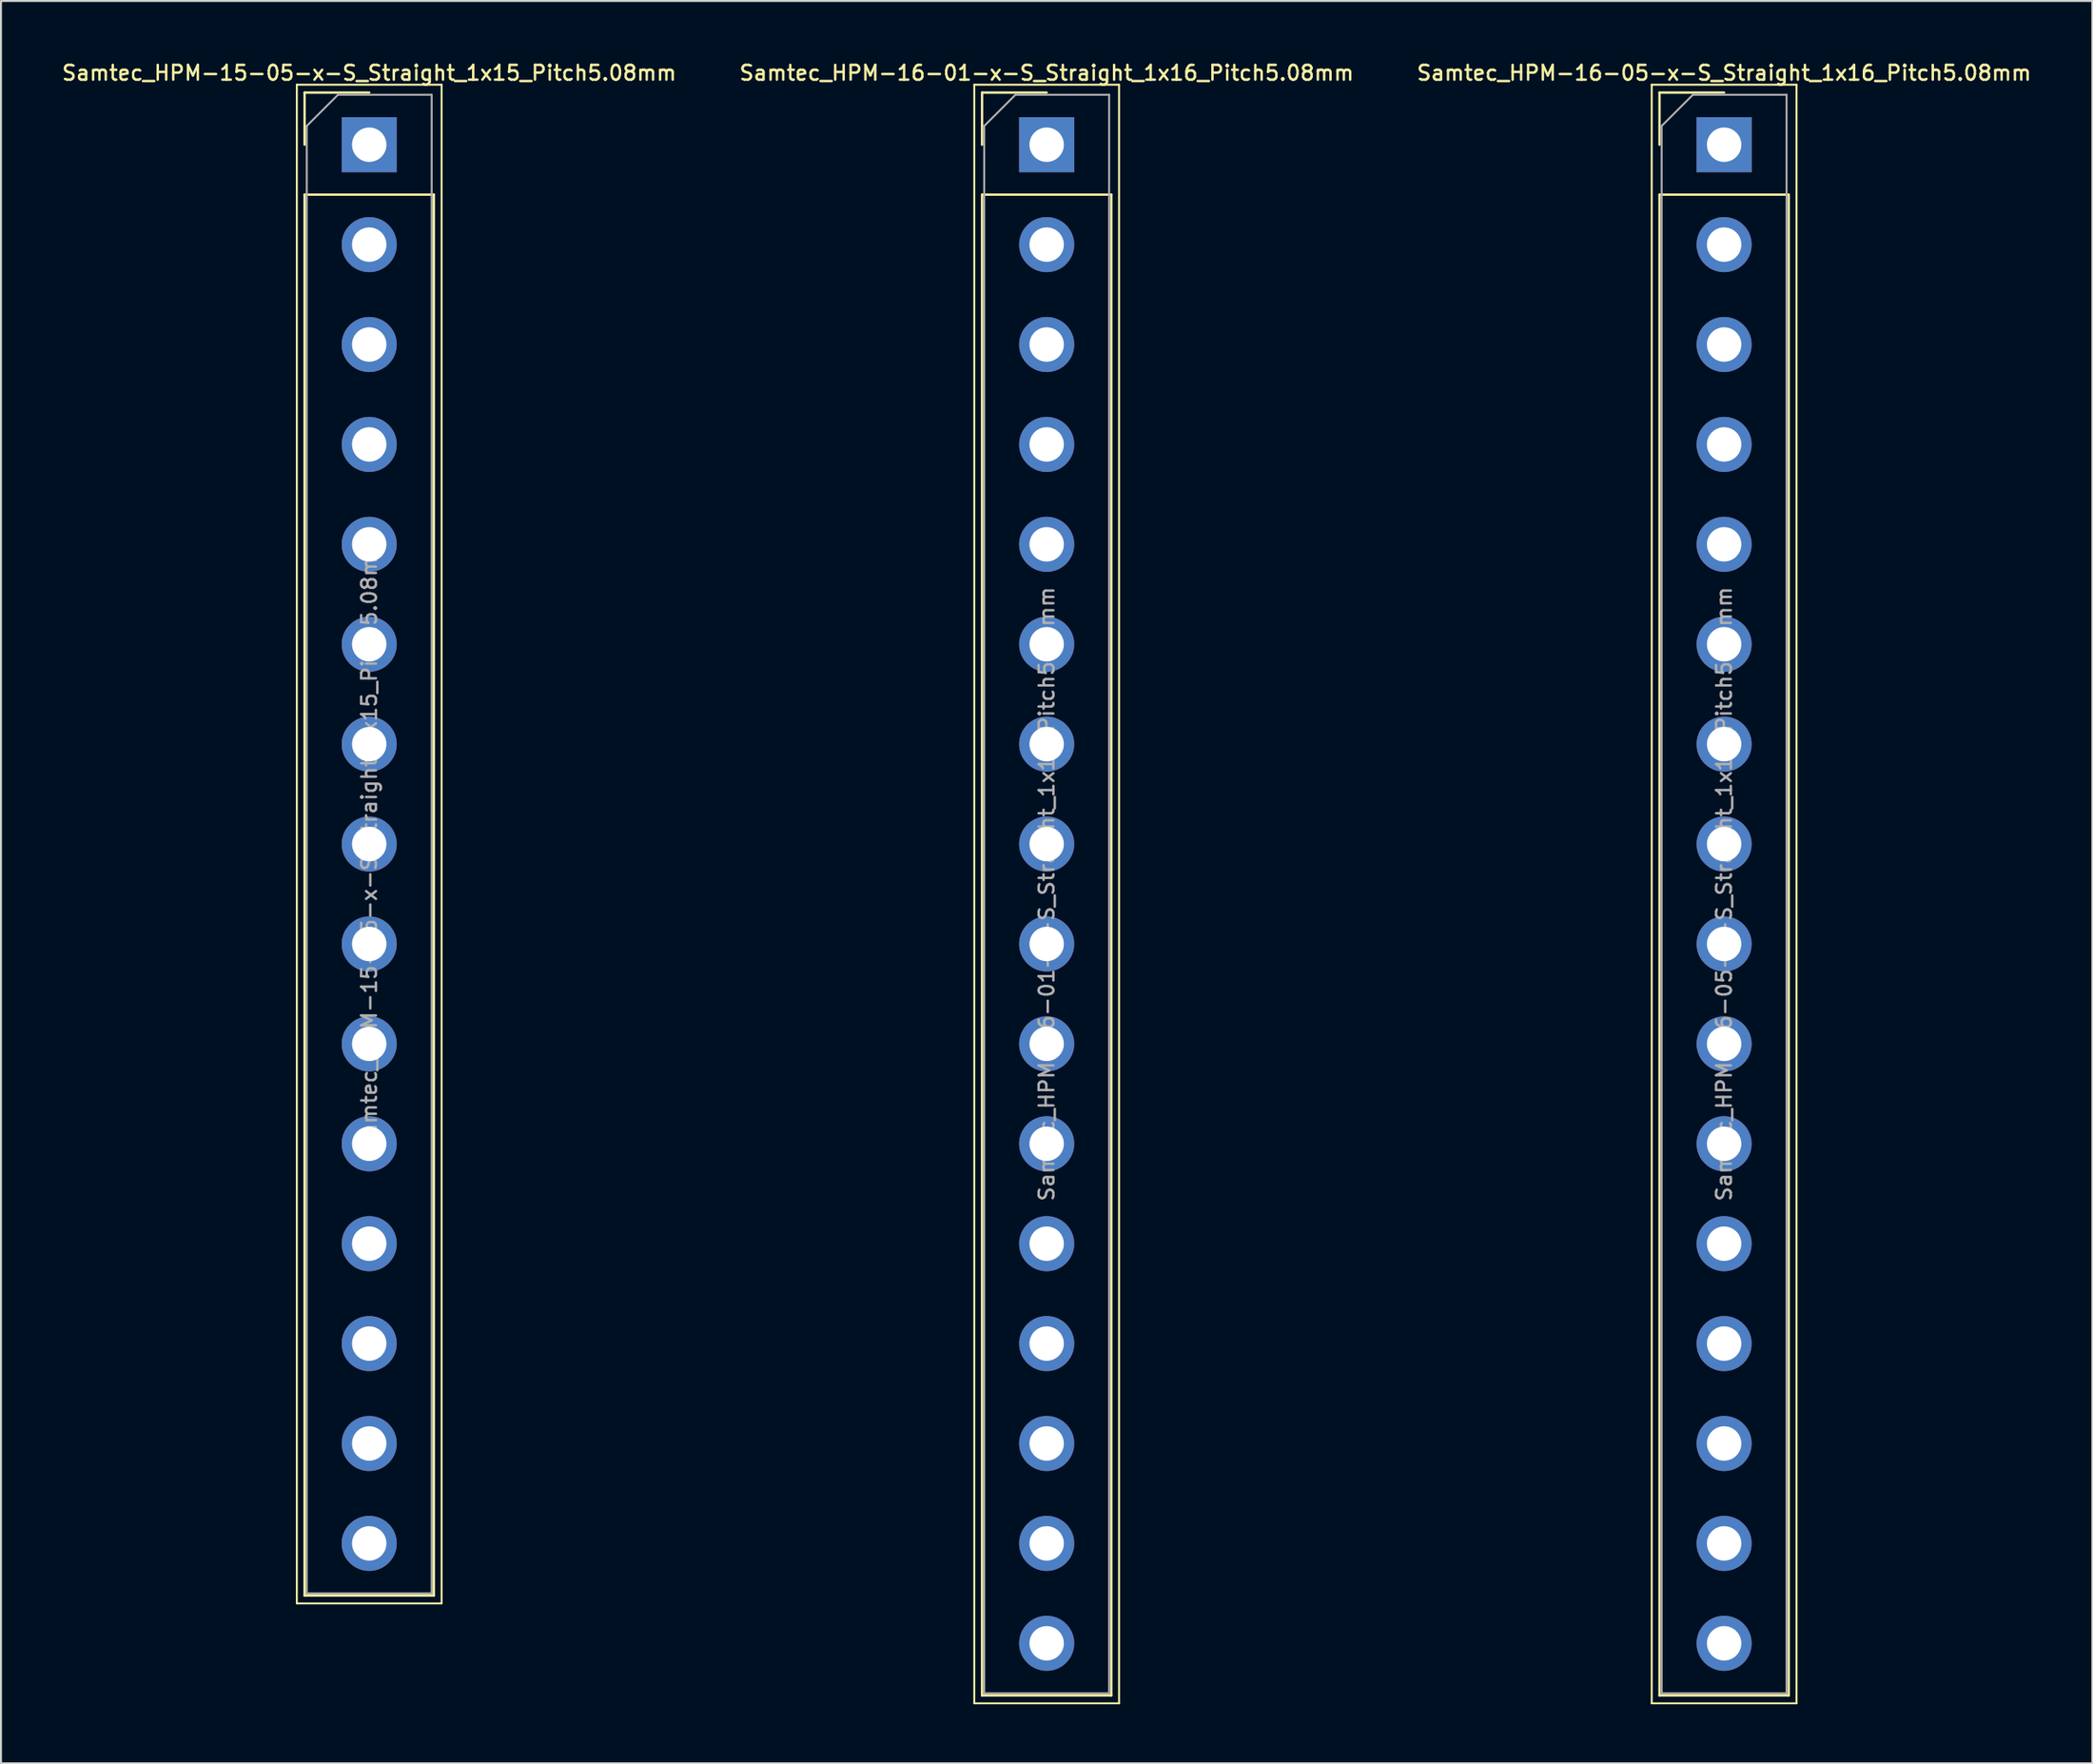
<source format=kicad_pcb>
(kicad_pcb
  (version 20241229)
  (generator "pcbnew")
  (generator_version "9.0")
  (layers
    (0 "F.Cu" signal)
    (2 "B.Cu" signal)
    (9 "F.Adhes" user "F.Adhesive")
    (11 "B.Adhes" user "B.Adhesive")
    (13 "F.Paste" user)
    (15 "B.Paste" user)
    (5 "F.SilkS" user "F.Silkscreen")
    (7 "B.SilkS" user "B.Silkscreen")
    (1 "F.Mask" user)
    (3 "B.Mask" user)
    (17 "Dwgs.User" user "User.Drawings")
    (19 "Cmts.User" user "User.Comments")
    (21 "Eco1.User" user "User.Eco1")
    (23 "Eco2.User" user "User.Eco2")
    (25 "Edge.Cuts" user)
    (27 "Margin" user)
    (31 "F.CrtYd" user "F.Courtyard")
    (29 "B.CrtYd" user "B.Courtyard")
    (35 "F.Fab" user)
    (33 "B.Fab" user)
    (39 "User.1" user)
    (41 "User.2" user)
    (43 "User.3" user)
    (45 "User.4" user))
  (footprint "Samtec_HPM-16-01-x-S_Straight_1x16_Pitch5.08mm"
    (layer "F.Cu")
    (at 50.159 4.308)
    (property "Reference" "Samtec_HPM-16-01-x-S_Straight_1x16_Pitch5.08mm" (at 0 -3.65 0) (layer "F.SilkS") (effects (font (size 0.75 0.75) (thickness 0.125))))
    (attr through_hole)
    (fp_line (start -3.68 -3.05) (end -3.68 79.25) (stroke (width 0.1) (type solid)) (layer "F.SilkS"))
    (fp_line (start -3.68 79.25) (end 3.68 79.25) (stroke (width 0.1) (type solid)) (layer "F.SilkS"))
    (fp_line (start -3.285 -2.65) (end 0 -2.65) (stroke (width 0.12) (type solid)) (layer "F.SilkS"))
    (fp_line (start -3.285 0) (end -3.285 -2.65) (stroke (width 0.12) (type solid)) (layer "F.SilkS"))
    (fp_line (start -3.285 2.54) (end -3.285 78.85) (stroke (width 0.12) (type solid)) (layer "F.SilkS"))
    (fp_line (start -3.285 2.54) (end 3.285 2.54) (stroke (width 0.12) (type solid)) (layer "F.SilkS"))
    (fp_line (start -3.285 78.85) (end 3.285 78.85) (stroke (width 0.12) (type solid)) (layer "F.SilkS"))
    (fp_line (start 3.285 2.54) (end 3.285 78.85) (stroke (width 0.12) (type solid)) (layer "F.SilkS"))
    (fp_line (start 3.68 -3.05) (end -3.68 -3.05) (stroke (width 0.1) (type solid)) (layer "F.SilkS"))
    (fp_line (start 3.68 79.25) (end 3.68 -3.05) (stroke (width 0.1) (type solid)) (layer "F.SilkS"))
    (fp_line (start -3.175 -0.953) (end -1.587 -2.54) (stroke (width 0.1) (type solid)) (layer "F.Fab"))
    (fp_line (start -3.175 78.74) (end -3.175 -0.953) (stroke (width 0.1) (type solid)) (layer "F.Fab"))
    (fp_line (start -1.587 -2.54) (end 3.175 -2.54) (stroke (width 0.1) (type solid)) (layer "F.Fab"))
    (fp_line (start 3.175 -2.54) (end 3.175 78.74) (stroke (width 0.1) (type solid)) (layer "F.Fab"))
    (fp_line (start 3.175 78.74) (end -3.175 78.74) (stroke (width 0.1) (type solid)) (layer "F.Fab"))
    (fp_text user "${REFERENCE}" (at 0 38.1 90) (layer "F.Fab") (effects (font (size 0.75 0.75) (thickness 0.125))))
    (pad "1" thru_hole rect (at 0 0) (size 2.8 2.8) (drill 1.75) (layers "*.Cu" "*.Mask"))
    (pad "2" thru_hole circle (at 0 5.08) (size 2.8 2.8) (drill 1.75) (layers "*.Cu" "*.Mask"))
    (pad "3" thru_hole circle (at 0 10.16) (size 2.8 2.8) (drill 1.75) (layers "*.Cu" "*.Mask"))
    (pad "4" thru_hole circle (at 0 15.24) (size 2.8 2.8) (drill 1.75) (layers "*.Cu" "*.Mask"))
    (pad "5" thru_hole circle (at 0 20.32) (size 2.8 2.8) (drill 1.75) (layers "*.Cu" "*.Mask"))
    (pad "6" thru_hole circle (at 0 25.4) (size 2.8 2.8) (drill 1.75) (layers "*.Cu" "*.Mask"))
    (pad "7" thru_hole circle (at 0 30.48) (size 2.8 2.8) (drill 1.75) (layers "*.Cu" "*.Mask"))
    (pad "8" thru_hole circle (at 0 35.56) (size 2.8 2.8) (drill 1.75) (layers "*.Cu" "*.Mask"))
    (pad "9" thru_hole circle (at 0 40.64) (size 2.8 2.8) (drill 1.75) (layers "*.Cu" "*.Mask"))
    (pad "10" thru_hole circle (at 0 45.72) (size 2.8 2.8) (drill 1.75) (layers "*.Cu" "*.Mask"))
    (pad "11" thru_hole circle (at 0 50.8) (size 2.8 2.8) (drill 1.75) (layers "*.Cu" "*.Mask"))
    (pad "12" thru_hole circle (at 0 55.88) (size 2.8 2.8) (drill 1.75) (layers "*.Cu" "*.Mask"))
    (pad "13" thru_hole circle (at 0 60.96) (size 2.8 2.8) (drill 1.75) (layers "*.Cu" "*.Mask"))
    (pad "14" thru_hole circle (at 0 66.04) (size 2.8 2.8) (drill 1.75) (layers "*.Cu" "*.Mask"))
    (pad "15" thru_hole circle (at 0 71.12) (size 2.8 2.8) (drill 1.75) (layers "*.Cu" "*.Mask"))
    (pad "16" thru_hole circle (at 0 76.2) (size 2.8 2.8) (drill 1.75) (layers "*.Cu" "*.Mask")))
  (footprint "Samtec_HPM-15-05-x-S_Straight_1x15_Pitch5.08mm"
    (layer "F.Cu")
    (at 15.72 4.308)
    (property "Reference" "Samtec_HPM-15-05-x-S_Straight_1x15_Pitch5.08mm" (at 0 -3.65 0) (layer "F.SilkS") (effects (font (size 0.75 0.75) (thickness 0.125))))
    (attr through_hole)
    (fp_line (start -3.68 -3.05) (end -3.68 74.17) (stroke (width 0.1) (type solid)) (layer "F.SilkS"))
    (fp_line (start -3.68 74.17) (end 3.68 74.17) (stroke (width 0.1) (type solid)) (layer "F.SilkS"))
    (fp_line (start -3.285 -2.65) (end 0 -2.65) (stroke (width 0.12) (type solid)) (layer "F.SilkS"))
    (fp_line (start -3.285 0) (end -3.285 -2.65) (stroke (width 0.12) (type solid)) (layer "F.SilkS"))
    (fp_line (start -3.285 2.54) (end -3.285 73.77) (stroke (width 0.12) (type solid)) (layer "F.SilkS"))
    (fp_line (start -3.285 2.54) (end 3.285 2.54) (stroke (width 0.12) (type solid)) (layer "F.SilkS"))
    (fp_line (start -3.285 73.77) (end 3.285 73.77) (stroke (width 0.12) (type solid)) (layer "F.SilkS"))
    (fp_line (start 3.285 2.54) (end 3.285 73.77) (stroke (width 0.12) (type solid)) (layer "F.SilkS"))
    (fp_line (start 3.68 -3.05) (end -3.68 -3.05) (stroke (width 0.1) (type solid)) (layer "F.SilkS"))
    (fp_line (start 3.68 74.17) (end 3.68 -3.05) (stroke (width 0.1) (type solid)) (layer "F.SilkS"))
    (fp_line (start -3.175 -0.953) (end -1.587 -2.54) (stroke (width 0.1) (type solid)) (layer "F.Fab"))
    (fp_line (start -3.175 73.66) (end -3.175 -0.953) (stroke (width 0.1) (type solid)) (layer "F.Fab"))
    (fp_line (start -1.587 -2.54) (end 3.175 -2.54) (stroke (width 0.1) (type solid)) (layer "F.Fab"))
    (fp_line (start 3.175 -2.54) (end 3.175 73.66) (stroke (width 0.1) (type solid)) (layer "F.Fab"))
    (fp_line (start 3.175 73.66) (end -3.175 73.66) (stroke (width 0.1) (type solid)) (layer "F.Fab"))
    (fp_text user "${REFERENCE}" (at 0 35.56 90) (layer "F.Fab") (effects (font (size 0.75 0.75) (thickness 0.125))))
    (pad "1" thru_hole rect (at 0 0) (size 2.8 2.8) (drill 1.75) (layers "*.Cu" "*.Mask"))
    (pad "2" thru_hole circle (at 0 5.08) (size 2.8 2.8) (drill 1.75) (layers "*.Cu" "*.Mask"))
    (pad "3" thru_hole circle (at 0 10.16) (size 2.8 2.8) (drill 1.75) (layers "*.Cu" "*.Mask"))
    (pad "4" thru_hole circle (at 0 15.24) (size 2.8 2.8) (drill 1.75) (layers "*.Cu" "*.Mask"))
    (pad "5" thru_hole circle (at 0 20.32) (size 2.8 2.8) (drill 1.75) (layers "*.Cu" "*.Mask"))
    (pad "6" thru_hole circle (at 0 25.4) (size 2.8 2.8) (drill 1.75) (layers "*.Cu" "*.Mask"))
    (pad "7" thru_hole circle (at 0 30.48) (size 2.8 2.8) (drill 1.75) (layers "*.Cu" "*.Mask"))
    (pad "8" thru_hole circle (at 0 35.56) (size 2.8 2.8) (drill 1.75) (layers "*.Cu" "*.Mask"))
    (pad "9" thru_hole circle (at 0 40.64) (size 2.8 2.8) (drill 1.75) (layers "*.Cu" "*.Mask"))
    (pad "10" thru_hole circle (at 0 45.72) (size 2.8 2.8) (drill 1.75) (layers "*.Cu" "*.Mask"))
    (pad "11" thru_hole circle (at 0 50.8) (size 2.8 2.8) (drill 1.75) (layers "*.Cu" "*.Mask"))
    (pad "12" thru_hole circle (at 0 55.88) (size 2.8 2.8) (drill 1.75) (layers "*.Cu" "*.Mask"))
    (pad "13" thru_hole circle (at 0 60.96) (size 2.8 2.8) (drill 1.75) (layers "*.Cu" "*.Mask"))
    (pad "14" thru_hole circle (at 0 66.04) (size 2.8 2.8) (drill 1.75) (layers "*.Cu" "*.Mask"))
    (pad "15" thru_hole circle (at 0 71.12) (size 2.8 2.8) (drill 1.75) (layers "*.Cu" "*.Mask")))
  (footprint "Samtec_HPM-16-05-x-S_Straight_1x16_Pitch5.08mm"
    (layer "F.Cu")
    (at 84.598 4.308)
    (property "Reference" "Samtec_HPM-16-05-x-S_Straight_1x16_Pitch5.08mm" (at 0 -3.65 0) (layer "F.SilkS") (effects (font (size 0.75 0.75) (thickness 0.125))))
    (attr through_hole)
    (fp_line (start -3.68 -3.05) (end -3.68 79.25) (stroke (width 0.1) (type solid)) (layer "F.SilkS"))
    (fp_line (start -3.68 79.25) (end 3.68 79.25) (stroke (width 0.1) (type solid)) (layer "F.SilkS"))
    (fp_line (start -3.285 -2.65) (end 0 -2.65) (stroke (width 0.12) (type solid)) (layer "F.SilkS"))
    (fp_line (start -3.285 0) (end -3.285 -2.65) (stroke (width 0.12) (type solid)) (layer "F.SilkS"))
    (fp_line (start -3.285 2.54) (end -3.285 78.85) (stroke (width 0.12) (type solid)) (layer "F.SilkS"))
    (fp_line (start -3.285 2.54) (end 3.285 2.54) (stroke (width 0.12) (type solid)) (layer "F.SilkS"))
    (fp_line (start -3.285 78.85) (end 3.285 78.85) (stroke (width 0.12) (type solid)) (layer "F.SilkS"))
    (fp_line (start 3.285 2.54) (end 3.285 78.85) (stroke (width 0.12) (type solid)) (layer "F.SilkS"))
    (fp_line (start 3.68 -3.05) (end -3.68 -3.05) (stroke (width 0.1) (type solid)) (layer "F.SilkS"))
    (fp_line (start 3.68 79.25) (end 3.68 -3.05) (stroke (width 0.1) (type solid)) (layer "F.SilkS"))
    (fp_line (start -3.175 -0.953) (end -1.587 -2.54) (stroke (width 0.1) (type solid)) (layer "F.Fab"))
    (fp_line (start -3.175 78.74) (end -3.175 -0.953) (stroke (width 0.1) (type solid)) (layer "F.Fab"))
    (fp_line (start -1.587 -2.54) (end 3.175 -2.54) (stroke (width 0.1) (type solid)) (layer "F.Fab"))
    (fp_line (start 3.175 -2.54) (end 3.175 78.74) (stroke (width 0.1) (type solid)) (layer "F.Fab"))
    (fp_line (start 3.175 78.74) (end -3.175 78.74) (stroke (width 0.1) (type solid)) (layer "F.Fab"))
    (fp_text user "${REFERENCE}" (at 0 38.1 90) (layer "F.Fab") (effects (font (size 0.75 0.75) (thickness 0.125))))
    (pad "1" thru_hole rect (at 0 0) (size 2.8 2.8) (drill 1.75) (layers "*.Cu" "*.Mask"))
    (pad "2" thru_hole circle (at 0 5.08) (size 2.8 2.8) (drill 1.75) (layers "*.Cu" "*.Mask"))
    (pad "3" thru_hole circle (at 0 10.16) (size 2.8 2.8) (drill 1.75) (layers "*.Cu" "*.Mask"))
    (pad "4" thru_hole circle (at 0 15.24) (size 2.8 2.8) (drill 1.75) (layers "*.Cu" "*.Mask"))
    (pad "5" thru_hole circle (at 0 20.32) (size 2.8 2.8) (drill 1.75) (layers "*.Cu" "*.Mask"))
    (pad "6" thru_hole circle (at 0 25.4) (size 2.8 2.8) (drill 1.75) (layers "*.Cu" "*.Mask"))
    (pad "7" thru_hole circle (at 0 30.48) (size 2.8 2.8) (drill 1.75) (layers "*.Cu" "*.Mask"))
    (pad "8" thru_hole circle (at 0 35.56) (size 2.8 2.8) (drill 1.75) (layers "*.Cu" "*.Mask"))
    (pad "9" thru_hole circle (at 0 40.64) (size 2.8 2.8) (drill 1.75) (layers "*.Cu" "*.Mask"))
    (pad "10" thru_hole circle (at 0 45.72) (size 2.8 2.8) (drill 1.75) (layers "*.Cu" "*.Mask"))
    (pad "11" thru_hole circle (at 0 50.8) (size 2.8 2.8) (drill 1.75) (layers "*.Cu" "*.Mask"))
    (pad "12" thru_hole circle (at 0 55.88) (size 2.8 2.8) (drill 1.75) (layers "*.Cu" "*.Mask"))
    (pad "13" thru_hole circle (at 0 60.96) (size 2.8 2.8) (drill 1.75) (layers "*.Cu" "*.Mask"))
    (pad "14" thru_hole circle (at 0 66.04) (size 2.8 2.8) (drill 1.75) (layers "*.Cu" "*.Mask"))
    (pad "15" thru_hole circle (at 0 71.12) (size 2.8 2.8) (drill 1.75) (layers "*.Cu" "*.Mask"))
    (pad "16" thru_hole circle (at 0 76.2) (size 2.8 2.8) (drill 1.75) (layers "*.Cu" "*.Mask")))
  (gr_rect
    (start -3 -3)
    (end 103.318 86.608)
    (stroke (width 0.1) (type default))
    (fill no)
    (layer "Edge.Cuts")))
</source>
